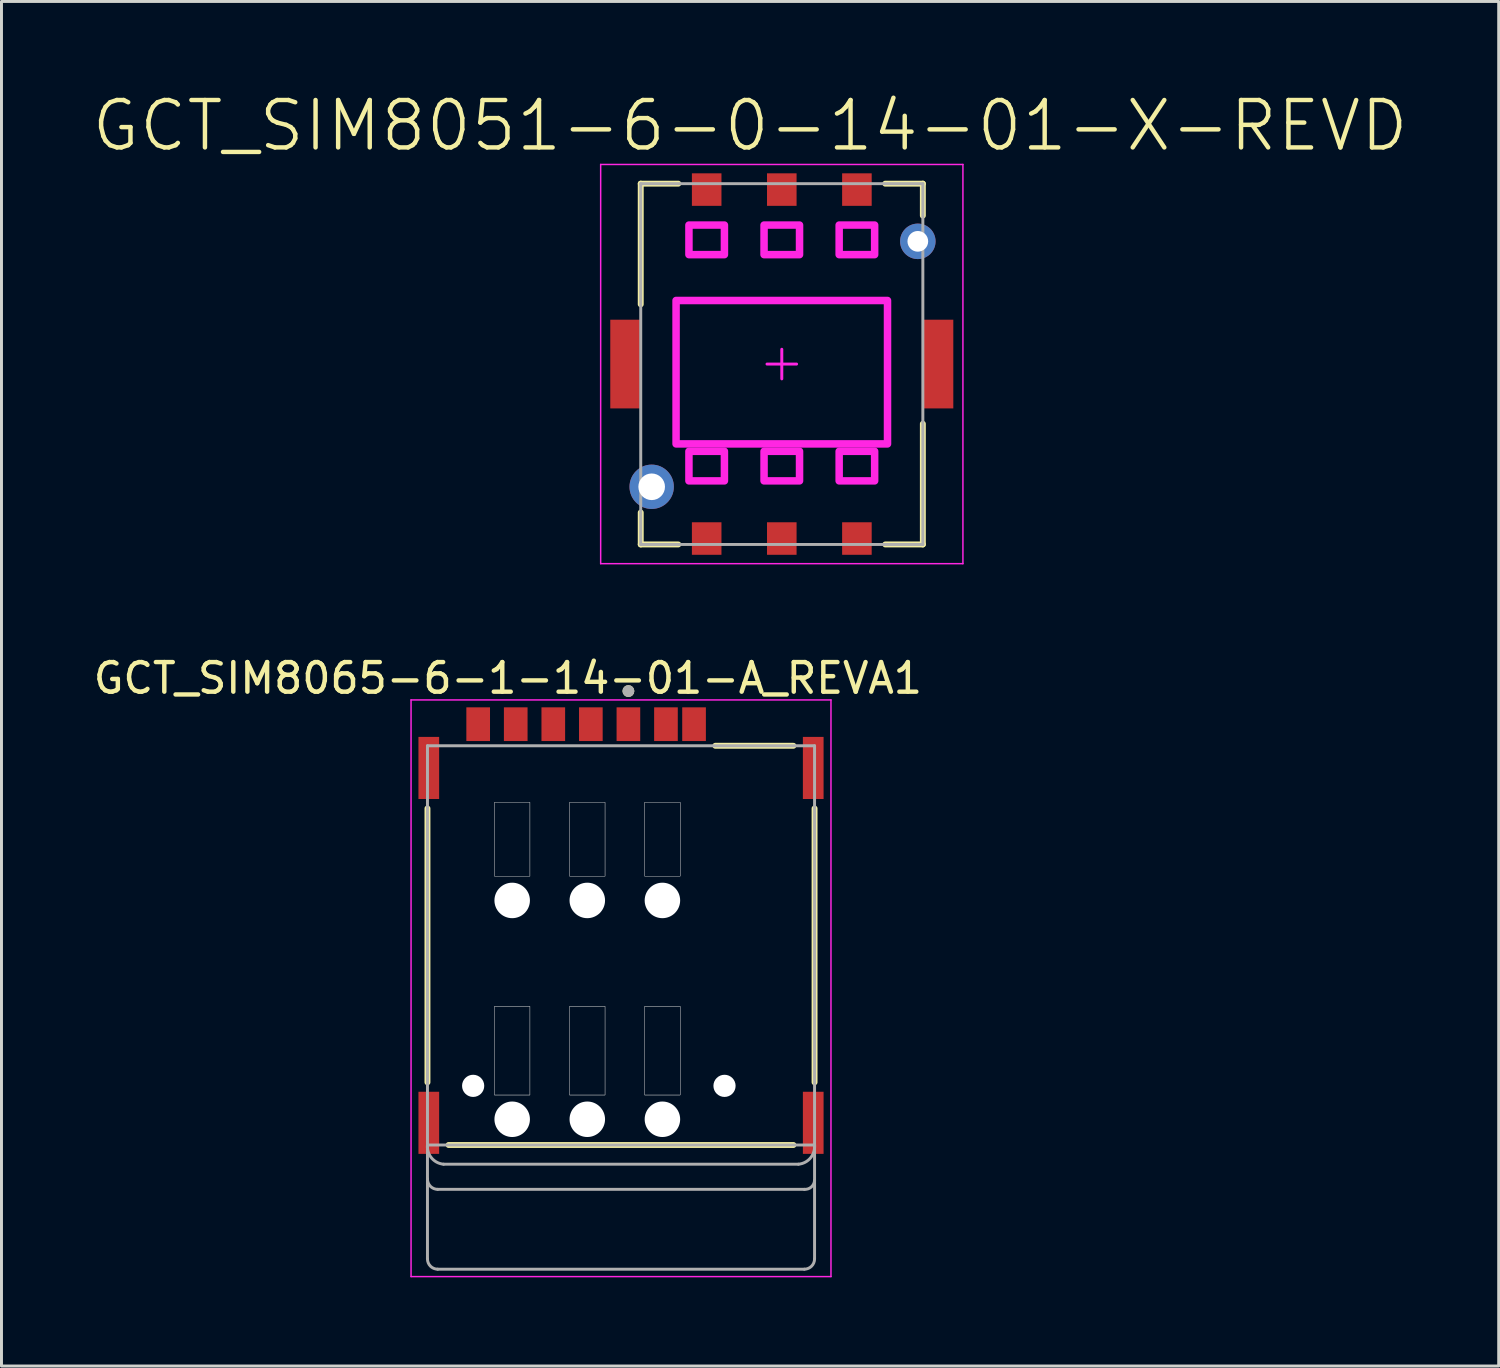
<source format=kicad_pcb>
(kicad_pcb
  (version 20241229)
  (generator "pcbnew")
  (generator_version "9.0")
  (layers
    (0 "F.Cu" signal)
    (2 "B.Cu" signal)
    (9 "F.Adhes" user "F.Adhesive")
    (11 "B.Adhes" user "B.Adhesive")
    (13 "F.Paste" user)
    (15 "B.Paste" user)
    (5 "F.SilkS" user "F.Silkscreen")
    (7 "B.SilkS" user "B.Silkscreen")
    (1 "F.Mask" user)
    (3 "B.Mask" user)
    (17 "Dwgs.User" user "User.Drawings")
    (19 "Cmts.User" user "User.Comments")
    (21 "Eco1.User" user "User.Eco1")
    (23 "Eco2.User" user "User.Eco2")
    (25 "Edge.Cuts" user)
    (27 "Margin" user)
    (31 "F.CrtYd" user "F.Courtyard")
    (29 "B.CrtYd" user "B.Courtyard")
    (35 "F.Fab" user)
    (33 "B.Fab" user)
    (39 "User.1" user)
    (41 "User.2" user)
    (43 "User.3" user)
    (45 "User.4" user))
  (footprint "GCT_SIM8065-6-1-14-01-A_REVA1"
    (layer "F.Cu")
    (at 17.95 28.919)
    (property "Reference" "GCT_SIM8065-6-1-14-01-A_REVA1" (at -3.825 -9.035 0) (layer "F.SilkS") (effects (font (size 1 1) (thickness 0.15))))
    (attr through_hole)
    (fp_line (start -6.545 -4.63) (end -6.545 4.63) (stroke (width 0.2) (type solid)) (layer "F.SilkS"))
    (fp_line (start -5.83 6.75) (end 5.83 6.75) (stroke (width 0.2) (type solid)) (layer "F.SilkS"))
    (fp_line (start 3.19 -6.75) (end 5.83 -6.75) (stroke (width 0.2) (type solid)) (layer "F.SilkS"))
    (fp_line (start 6.545 -4.63) (end 6.545 4.63) (stroke (width 0.2) (type solid)) (layer "F.SilkS"))
    (fp_circle (center 0.25 -8.6) (end 0.35 -8.6) (stroke (width 0.2) (type solid)) (fill no) (layer "F.SilkS"))
    (fp_poly (pts (xy -4.28 -4.84) (xy -3.08 -4.84) (xy -3.08 -2.34) (xy -4.28 -2.34)) (stroke (width 0.01) (type solid)) (fill no) (layer "Dwgs.User"))
    (fp_poly (pts (xy -4.28 -4.84) (xy -3.08 -4.84) (xy -3.08 -2.34) (xy -4.28 -2.34)) (stroke (width 0.01) (type solid)) (fill no) (layer "Dwgs.User"))
    (fp_poly (pts (xy -4.28 2.06) (xy -3.08 2.06) (xy -3.08 5.06) (xy -4.28 5.06)) (stroke (width 0.01) (type solid)) (fill no) (layer "Dwgs.User"))
    (fp_poly (pts (xy -4.28 2.06) (xy -3.08 2.06) (xy -3.08 5.06) (xy -4.28 5.06)) (stroke (width 0.01) (type solid)) (fill no) (layer "Dwgs.User"))
    (fp_poly (pts (xy -1.74 -4.84) (xy -0.54 -4.84) (xy -0.54 -2.34) (xy -1.74 -2.34)) (stroke (width 0.01) (type solid)) (fill no) (layer "Dwgs.User"))
    (fp_poly (pts (xy -1.74 -4.84) (xy -0.54 -4.84) (xy -0.54 -2.34) (xy -1.74 -2.34)) (stroke (width 0.01) (type solid)) (fill no) (layer "Dwgs.User"))
    (fp_poly (pts (xy -1.74 2.06) (xy -0.54 2.06) (xy -0.54 5.06) (xy -1.74 5.06)) (stroke (width 0.01) (type solid)) (fill no) (layer "Dwgs.User"))
    (fp_poly (pts (xy -1.74 2.06) (xy -0.54 2.06) (xy -0.54 5.06) (xy -1.74 5.06)) (stroke (width 0.01) (type solid)) (fill no) (layer "Dwgs.User"))
    (fp_poly (pts (xy 0.8 -4.84) (xy 2 -4.84) (xy 2 -2.34) (xy 0.8 -2.34)) (stroke (width 0.01) (type solid)) (fill no) (layer "Dwgs.User"))
    (fp_poly (pts (xy 0.8 -4.84) (xy 2 -4.84) (xy 2 -2.34) (xy 0.8 -2.34)) (stroke (width 0.01) (type solid)) (fill no) (layer "Dwgs.User"))
    (fp_poly (pts (xy 0.8 2.06) (xy 2 2.06) (xy 2 5.06) (xy 0.8 5.06)) (stroke (width 0.01) (type solid)) (fill no) (layer "Dwgs.User"))
    (fp_poly (pts (xy 0.8 2.06) (xy 2 2.06) (xy 2 5.06) (xy 0.8 5.06)) (stroke (width 0.01) (type solid)) (fill no) (layer "Dwgs.User"))
    (fp_line (start -7.1 -8.3) (end 7.1 -8.3) (stroke (width 0.05) (type solid)) (layer "F.CrtYd"))
    (fp_line (start -7.1 11.2) (end -7.1 -8.3) (stroke (width 0.05) (type solid)) (layer "F.CrtYd"))
    (fp_line (start 7.1 -8.3) (end 7.1 11.2) (stroke (width 0.05) (type solid)) (layer "F.CrtYd"))
    (fp_line (start 7.1 11.2) (end -7.1 11.2) (stroke (width 0.05) (type solid)) (layer "F.CrtYd"))
    (fp_line (start -6.545 -6.75) (end 6.545 -6.75) (stroke (width 0.1) (type solid)) (layer "F.Fab"))
    (fp_line (start -6.545 6.75) (end -6.545 -6.75) (stroke (width 0.1) (type solid)) (layer "F.Fab"))
    (fp_line (start -6.545 6.75) (end -6.545 7.9) (stroke (width 0.1) (type solid)) (layer "F.Fab"))
    (fp_line (start -6.545 7.9) (end -6.545 10.6) (stroke (width 0.1) (type solid)) (layer "F.Fab"))
    (fp_line (start -6.2 8.25) (end 6.2 8.25) (stroke (width 0.1) (type solid)) (layer "F.Fab"))
    (fp_line (start -6.2 10.95) (end 6.2 10.95) (stroke (width 0.1) (type solid)) (layer "F.Fab"))
    (fp_line (start -6 7.4) (end 6 7.4) (stroke (width 0.1) (type solid)) (layer "F.Fab"))
    (fp_line (start 6.545 -6.75) (end 6.545 6.75) (stroke (width 0.1) (type solid)) (layer "F.Fab"))
    (fp_line (start 6.545 6.75) (end -6.545 6.75) (stroke (width 0.1) (type solid)) (layer "F.Fab"))
    (fp_line (start 6.545 6.75) (end 6.545 7.95) (stroke (width 0.1) (type solid)) (layer "F.Fab"))
    (fp_line (start 6.545 7.95) (end 6.545 10.6) (stroke (width 0.1) (type solid)) (layer "F.Fab"))
    (fp_arc (start -6.2 8.25) (mid -6.444987 8.146452) (end -6.545 7.9) (stroke (width 0.1) (type solid)) (layer "F.Fab"))
    (fp_arc (start -6.2 10.95) (mid -6.444987 10.846452) (end -6.545 10.6) (stroke (width 0.1) (type solid)) (layer "F.Fab"))
    (fp_arc (start -6 7.4) (mid -6.407119 7.187873) (end -6.545 6.75) (stroke (width 0.1) (type solid)) (layer "F.Fab"))
    (fp_arc (start 6.545 6.75) (mid 6.407119 7.187873) (end 6 7.4) (stroke (width 0.1) (type solid)) (layer "F.Fab"))
    (fp_arc (start 6.545 7.95) (mid 6.434632 8.171452) (end 6.2 8.25) (stroke (width 0.1) (type solid)) (layer "F.Fab"))
    (fp_arc (start 6.545 10.6) (mid 6.444987 10.846452) (end 6.2 10.95) (stroke (width 0.1) (type solid)) (layer "F.Fab"))
    (fp_circle (center 0.25 -8.6) (end 0.35 -8.6) (stroke (width 0.2) (type solid)) (fill no) (layer "F.Fab"))
    (pad "" np_thru_hole circle (at -5 4.75) (size 0.75 0.75) (drill 0.75) (layers "*.Cu" "*.Mask"))
    (pad "" np_thru_hole circle (at -3.68 -1.52) (size 1.2 1.2) (drill 1.2) (layers "*.Cu" "*.Mask"))
    (pad "" np_thru_hole circle (at -3.68 5.88) (size 1.2 1.2) (drill 1.2) (layers "*.Cu" "*.Mask"))
    (pad "" np_thru_hole circle (at -1.14 -1.52) (size 1.2 1.2) (drill 1.2) (layers "*.Cu" "*.Mask"))
    (pad "" np_thru_hole circle (at -1.14 5.88) (size 1.2 1.2) (drill 1.2) (layers "*.Cu" "*.Mask"))
    (pad "" np_thru_hole circle (at 1.4 -1.52) (size 1.2 1.2) (drill 1.2) (layers "*.Cu" "*.Mask"))
    (pad "" np_thru_hole circle (at 1.4 5.88) (size 1.2 1.2) (drill 1.2) (layers "*.Cu" "*.Mask"))
    (pad "" np_thru_hole circle (at 3.5 4.75) (size 0.75 0.75) (drill 0.75) (layers "*.Cu" "*.Mask"))
    (pad "C1" smd rect (at 0.25 -7.48) (size 0.8 1.14) (layers "F.Cu" "F.Mask" "F.Paste"))
    (pad "C2" smd rect (at -2.29 -7.48) (size 0.8 1.14) (layers "F.Cu" "F.Mask" "F.Paste"))
    (pad "C3" smd rect (at -4.83 -7.48) (size 0.8 1.14) (layers "F.Cu" "F.Mask" "F.Paste"))
    (pad "C5" smd rect (at 1.52 -7.48) (size 0.8 1.14) (layers "F.Cu" "F.Mask" "F.Paste"))
    (pad "C6" smd rect (at -1.02 -7.48) (size 0.8 1.14) (layers "F.Cu" "F.Mask" "F.Paste"))
    (pad "C7" smd rect (at -3.56 -7.48) (size 0.8 1.14) (layers "F.Cu" "F.Mask" "F.Paste"))
    (pad "CD" smd rect (at 2.47 -7.48) (size 0.8 1.14) (layers "F.Cu" "F.Mask" "F.Paste"))
    (pad "G1" smd rect (at -6.5 -6) (size 0.7 2.1) (layers "F.Cu" "F.Mask" "F.Paste"))
    (pad "G2" smd rect (at 6.5 -6) (size 0.7 2.1) (layers "F.Cu" "F.Mask" "F.Paste"))
    (pad "G3" smd rect (at -6.5 6) (size 0.7 2.1) (layers "F.Cu" "F.Mask" "F.Paste"))
    (pad "G4" smd rect (at 6.5 6) (size 0.7 2.1) (layers "F.Cu" "F.Mask" "F.Paste")))
  (footprint "GCT_SIM8051-6-0-14-01-X-REVD"
    (layer "F.Cu")
    (at 23.387 9.261)
    (property "Reference" "GCT_SIM8051-6-0-14-01-X-REVD" (at -1.072 -8.06 0) (layer "F.SilkS") (effects (font (size 1.603 1.603) (thickness 0.15))))
    (attr through_hole)
    (fp_line (start -4.77 -6.1) (end -3.5 -6.1) (stroke (width 0.2) (type solid)) (layer "F.SilkS"))
    (fp_line (start -4.77 -2.02) (end -4.77 -6.1) (stroke (width 0.2) (type solid)) (layer "F.SilkS"))
    (fp_line (start -4.77 6.1) (end -4.77 5.02) (stroke (width 0.2) (type solid)) (layer "F.SilkS"))
    (fp_line (start -4.77 6.1) (end -3.5 6.1) (stroke (width 0.2) (type solid)) (layer "F.SilkS"))
    (fp_line (start 3.5 -6.1) (end 4.77 -6.1) (stroke (width 0.2) (type solid)) (layer "F.SilkS"))
    (fp_line (start 3.5 6.1) (end 4.77 6.1) (stroke (width 0.2) (type solid)) (layer "F.SilkS"))
    (fp_line (start 4.77 -5.02) (end 4.77 -6.1) (stroke (width 0.2) (type solid)) (layer "F.SilkS"))
    (fp_line (start 4.77 6.1) (end 4.77 2.02) (stroke (width 0.2) (type solid)) (layer "F.SilkS"))
    (fp_line (start -6.125 -6.75) (end 6.125 -6.75) (stroke (width 0.05) (type solid)) (layer "F.CrtYd"))
    (fp_line (start -6.125 6.75) (end -6.125 -6.75) (stroke (width 0.05) (type solid)) (layer "F.CrtYd"))
    (fp_line (start -6.125 6.75) (end 6.125 6.75) (stroke (width 0.05) (type solid)) (layer "F.CrtYd"))
    (fp_line (start -0.5 0) (end 0.5 0) (stroke (width 0.1) (type solid)) (layer "F.CrtYd"))
    (fp_line (start 0 0.5) (end 0 -0.5) (stroke (width 0.1) (type solid)) (layer "F.CrtYd"))
    (fp_line (start 6.125 6.75) (end 6.125 -6.75) (stroke (width 0.05) (type solid)) (layer "F.CrtYd"))
    (fp_poly (pts (xy -3.575 2.7) (xy 3.575 2.7) (xy 3.575 -2.15) (xy -3.575 -2.15)) (stroke (width 0.254) (type solid)) (fill no) (layer "F.CrtYd"))
    (fp_poly (pts (xy -3.14 -3.7) (xy -1.94 -3.7) (xy -1.94 -4.7) (xy -3.14 -4.7)) (stroke (width 0.254) (type solid)) (fill no) (layer "F.CrtYd"))
    (fp_poly (pts (xy -3.14 3.95) (xy -1.94 3.95) (xy -1.94 2.95) (xy -3.14 2.95)) (stroke (width 0.254) (type solid)) (fill no) (layer "F.CrtYd"))
    (fp_poly (pts (xy -0.6 -3.7) (xy 0.6 -3.7) (xy 0.6 -4.7) (xy -0.6 -4.7)) (stroke (width 0.254) (type solid)) (fill no) (layer "F.CrtYd"))
    (fp_poly (pts (xy -0.6 3.95) (xy 0.6 3.95) (xy 0.6 2.95) (xy -0.6 2.95)) (stroke (width 0.254) (type solid)) (fill no) (layer "F.CrtYd"))
    (fp_poly (pts (xy 1.94 -3.7) (xy 3.14 -3.7) (xy 3.14 -4.7) (xy 1.94 -4.7)) (stroke (width 0.254) (type solid)) (fill no) (layer "F.CrtYd"))
    (fp_poly (pts (xy 1.94 3.95) (xy 3.14 3.95) (xy 3.14 2.95) (xy 1.94 2.95)) (stroke (width 0.254) (type solid)) (fill no) (layer "F.CrtYd"))
    (fp_line (start -4.77 -6.1) (end 4.77 -6.1) (stroke (width 0.1) (type solid)) (layer "F.Fab"))
    (fp_line (start -4.77 6.1) (end -4.77 -6.1) (stroke (width 0.1) (type solid)) (layer "F.Fab"))
    (fp_line (start -4.77 6.1) (end 4.77 6.1) (stroke (width 0.1) (type solid)) (layer "F.Fab"))
    (fp_line (start 4.77 6.1) (end 4.77 -6.1) (stroke (width 0.1) (type solid)) (layer "F.Fab"))
    (pad "1" thru_hole circle (at -4.4 4.15) (size 1.5 1.5) (drill 0.9) (layers "*.Cu" "*.Mask"))
    (pad "2" thru_hole circle (at 4.6 -4.15) (size 1.2 1.2) (drill 0.7) (layers "*.Cu" "*.Mask"))
    (pad "6" smd rect (at 5.3 0) (size 1 3) (layers "F.Cu" "F.Mask" "F.Paste"))
    (pad "10" smd rect (at -5.3 0) (size 1 3) (layers "F.Cu" "F.Mask" "F.Paste"))
    (pad "C1" smd rect (at 2.54 5.9) (size 1 1.1) (layers "F.Cu" "F.Mask" "F.Paste"))
    (pad "C2" smd rect (at 0 5.9) (size 1 1.1) (layers "F.Cu" "F.Mask" "F.Paste"))
    (pad "C3" smd rect (at -2.54 5.9) (size 1 1.1) (layers "F.Cu" "F.Mask" "F.Paste"))
    (pad "C5" smd rect (at 2.54 -5.9) (size 1 1.1) (layers "F.Cu" "F.Mask" "F.Paste"))
    (pad "C6" smd rect (at 0 -5.9) (size 1 1.1) (layers "F.Cu" "F.Mask" "F.Paste"))
    (pad "C7" smd rect (at -2.54 -5.9) (size 1 1.1) (layers "F.Cu" "F.Mask" "F.Paste")))
  (gr_rect
    (start -3 -3)
    (end 47.63 43.144)
    (stroke (width 0.1) (type default))
    (fill no)
    (layer "Edge.Cuts")))
</source>
